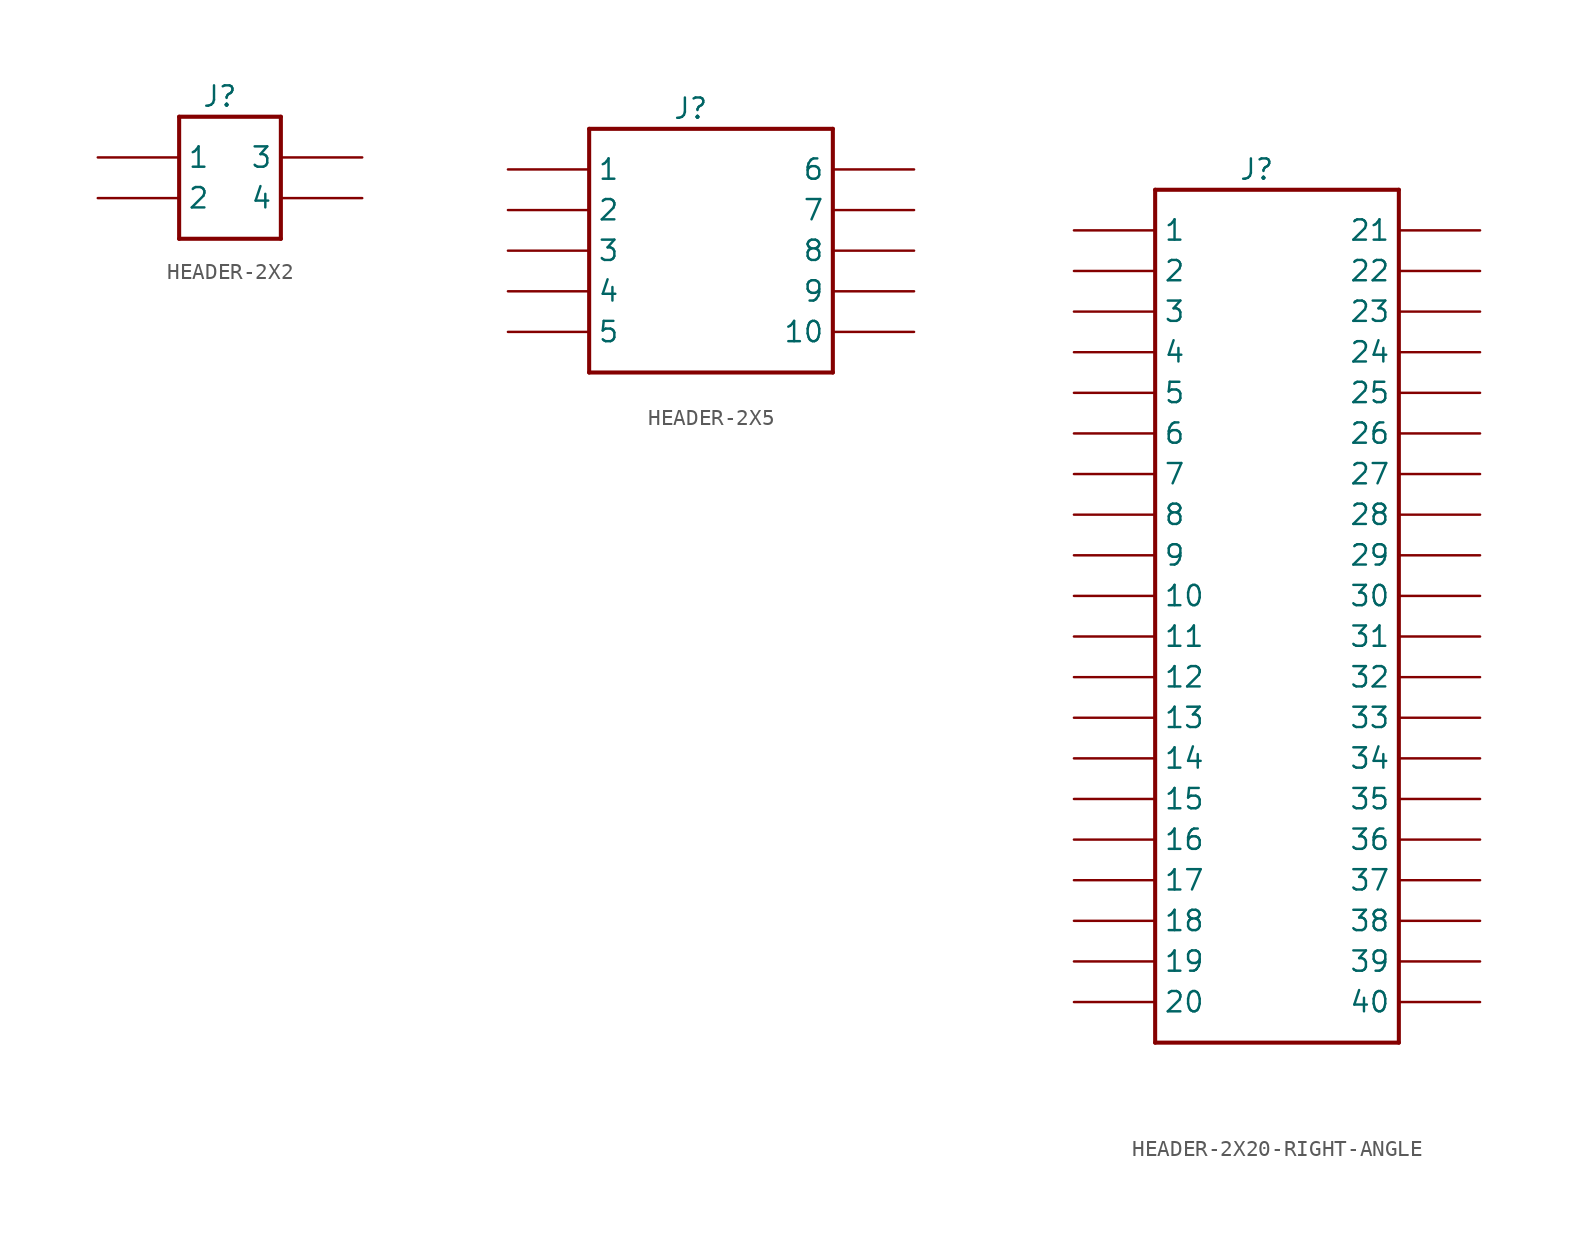
<source format=kicad_sym>
(kicad_symbol_lib
  (version 20220914)
  (generator kicad_symbol_editor)
  (symbol "HEADER-2X2"
    (pin_numbers hide)
    (property "Reference" "J"
      (at 0 5.08 0)
      (effects (font (size 1.27 1.27))))
    (symbol "HEADER-2X2_1_0"
      (polyline (pts (xy -2.54 -3.81) (xy -2.54 3.81)) (stroke (width 0.254) (type solid)) (fill (type none)))
      (polyline (pts (xy -2.54 3.81) (xy 3.81 3.81)) (stroke (width 0.254) (type solid)) (fill (type none)))
      (polyline (pts (xy 3.81 -3.81) (xy -2.54 -3.81)) (stroke (width 0.254) (type solid)) (fill (type none)))
      (polyline (pts (xy 3.81 3.81) (xy 3.81 -3.81)) (stroke (width 0.254) (type solid)) (fill (type none)))
      (pin bidirectional line (at -7.62 1.27 0) (length 5.08) (name "1" (effects (font (size 1.27 1.27)))) (number "1" (effects (font (size 1.27 1.27)))))
      (pin bidirectional line (at -7.62 -1.27 0) (length 5.08) (name "2" (effects (font (size 1.27 1.27)))) (number "2" (effects (font (size 1.27 1.27)))))
      (pin bidirectional line (at 8.89 1.27 180) (length 5.08) (name "3" (effects (font (size 1.27 1.27)))) (number "3" (effects (font (size 1.27 1.27)))))
      (pin bidirectional line (at 8.89 -1.27 180) (length 5.08) (name "4" (effects (font (size 1.27 1.27)))) (number "4" (effects (font (size 1.27 1.27)))))))
  (symbol "HEADER-2X5"
    (pin_numbers hide)
    (property "Reference" "J"
      (at -1.27 8.89 0)
      (effects (font (size 1.27 1.27))))
    (symbol "HEADER-2X5_1_0"
      (polyline (pts (xy -7.62 -7.62) (xy -7.62 7.62)) (stroke (width 0.254) (type solid)) (fill (type none)))
      (polyline (pts (xy -7.62 7.62) (xy 7.62 7.62)) (stroke (width 0.254) (type solid)) (fill (type none)))
      (polyline (pts (xy 7.62 -7.62) (xy -7.62 -7.62)) (stroke (width 0.254) (type solid)) (fill (type none)))
      (polyline (pts (xy 7.62 7.62) (xy 7.62 -7.62)) (stroke (width 0.254) (type solid)) (fill (type none)))
      (pin bidirectional line (at -12.7 5.08 0) (length 5.08) (name "1" (effects (font (size 1.27 1.27)))) (number "1" (effects (font (size 1.27 1.27)))))
      (pin bidirectional line (at 12.7 -5.08 180) (length 5.08) (name "10" (effects (font (size 1.27 1.27)))) (number "10" (effects (font (size 1.27 1.27)))))
      (pin bidirectional line (at -12.7 2.54 0) (length 5.08) (name "2" (effects (font (size 1.27 1.27)))) (number "2" (effects (font (size 1.27 1.27)))))
      (pin bidirectional line (at -12.7 0 0) (length 5.08) (name "3" (effects (font (size 1.27 1.27)))) (number "3" (effects (font (size 1.27 1.27)))))
      (pin bidirectional line (at -12.7 -2.54 0) (length 5.08) (name "4" (effects (font (size 1.27 1.27)))) (number "4" (effects (font (size 1.27 1.27)))))
      (pin bidirectional line (at -12.7 -5.08 0) (length 5.08) (name "5" (effects (font (size 1.27 1.27)))) (number "5" (effects (font (size 1.27 1.27)))))
      (pin bidirectional line (at 12.7 5.08 180) (length 5.08) (name "6" (effects (font (size 1.27 1.27)))) (number "6" (effects (font (size 1.27 1.27)))))
      (pin bidirectional line (at 12.7 2.54 180) (length 5.08) (name "7" (effects (font (size 1.27 1.27)))) (number "7" (effects (font (size 1.27 1.27)))))
      (pin bidirectional line (at 12.7 0 180) (length 5.08) (name "8" (effects (font (size 1.27 1.27)))) (number "8" (effects (font (size 1.27 1.27)))))
      (pin bidirectional line (at 12.7 -2.54 180) (length 5.08) (name "9" (effects (font (size 1.27 1.27)))) (number "9" (effects (font (size 1.27 1.27)))))))
  (symbol "HEADER-2X20-RIGHT-ANGLE"
    (pin_numbers hide)
    (property "Reference" "J"
      (at -1.27 29.21 0)
      (effects (font (size 1.27 1.27))))
    (symbol "HEADER-2X20-RIGHT-ANGLE_1_0"
      (polyline (pts (xy -7.62 -25.4) (xy -7.62 27.94)) (stroke (width 0.254) (type solid)) (fill (type none)))
      (polyline (pts (xy -7.62 27.94) (xy 7.62 27.94)) (stroke (width 0.254) (type solid)) (fill (type none)))
      (polyline (pts (xy 7.62 -25.4) (xy -7.62 -25.4)) (stroke (width 0.254) (type solid)) (fill (type none)))
      (polyline (pts (xy 7.62 27.94) (xy 7.62 -25.4)) (stroke (width 0.254) (type solid)) (fill (type none)))
      (pin bidirectional line (at -12.7 25.4 0) (length 5.08) (name "1" (effects (font (size 1.27 1.27)))) (number "1" (effects (font (size 1.27 1.27)))))
      (pin bidirectional line (at -12.7 2.54 0) (length 5.08) (name "10" (effects (font (size 1.27 1.27)))) (number "10" (effects (font (size 1.27 1.27)))))
      (pin bidirectional line (at -12.7 0 0) (length 5.08) (name "11" (effects (font (size 1.27 1.27)))) (number "11" (effects (font (size 1.27 1.27)))))
      (pin bidirectional line (at -12.7 -2.54 0) (length 5.08) (name "12" (effects (font (size 1.27 1.27)))) (number "12" (effects (font (size 1.27 1.27)))))
      (pin bidirectional line (at -12.7 -5.08 0) (length 5.08) (name "13" (effects (font (size 1.27 1.27)))) (number "13" (effects (font (size 1.27 1.27)))))
      (pin bidirectional line (at -12.7 -7.62 0) (length 5.08) (name "14" (effects (font (size 1.27 1.27)))) (number "14" (effects (font (size 1.27 1.27)))))
      (pin bidirectional line (at -12.7 -10.16 0) (length 5.08) (name "15" (effects (font (size 1.27 1.27)))) (number "15" (effects (font (size 1.27 1.27)))))
      (pin bidirectional line (at -12.7 -12.7 0) (length 5.08) (name "16" (effects (font (size 1.27 1.27)))) (number "16" (effects (font (size 1.27 1.27)))))
      (pin bidirectional line (at -12.7 -15.24 0) (length 5.08) (name "17" (effects (font (size 1.27 1.27)))) (number "17" (effects (font (size 1.27 1.27)))))
      (pin bidirectional line (at -12.7 -17.78 0) (length 5.08) (name "18" (effects (font (size 1.27 1.27)))) (number "18" (effects (font (size 1.27 1.27)))))
      (pin bidirectional line (at -12.7 -20.32 0) (length 5.08) (name "19" (effects (font (size 1.27 1.27)))) (number "19" (effects (font (size 1.27 1.27)))))
      (pin bidirectional line (at -12.7 22.86 0) (length 5.08) (name "2" (effects (font (size 1.27 1.27)))) (number "2" (effects (font (size 1.27 1.27)))))
      (pin bidirectional line (at -12.7 -22.86 0) (length 5.08) (name "20" (effects (font (size 1.27 1.27)))) (number "20" (effects (font (size 1.27 1.27)))))
      (pin bidirectional line (at 12.7 25.4 180) (length 5.08) (name "21" (effects (font (size 1.27 1.27)))) (number "21" (effects (font (size 1.27 1.27)))))
      (pin bidirectional line (at 12.7 22.86 180) (length 5.08) (name "22" (effects (font (size 1.27 1.27)))) (number "22" (effects (font (size 1.27 1.27)))))
      (pin bidirectional line (at 12.7 20.32 180) (length 5.08) (name "23" (effects (font (size 1.27 1.27)))) (number "23" (effects (font (size 1.27 1.27)))))
      (pin bidirectional line (at 12.7 17.78 180) (length 5.08) (name "24" (effects (font (size 1.27 1.27)))) (number "24" (effects (font (size 1.27 1.27)))))
      (pin bidirectional line (at 12.7 15.24 180) (length 5.08) (name "25" (effects (font (size 1.27 1.27)))) (number "25" (effects (font (size 1.27 1.27)))))
      (pin bidirectional line (at 12.7 12.7 180) (length 5.08) (name "26" (effects (font (size 1.27 1.27)))) (number "26" (effects (font (size 1.27 1.27)))))
      (pin bidirectional line (at 12.7 10.16 180) (length 5.08) (name "27" (effects (font (size 1.27 1.27)))) (number "27" (effects (font (size 1.27 1.27)))))
      (pin bidirectional line (at 12.7 7.62 180) (length 5.08) (name "28" (effects (font (size 1.27 1.27)))) (number "28" (effects (font (size 1.27 1.27)))))
      (pin bidirectional line (at 12.7 5.08 180) (length 5.08) (name "29" (effects (font (size 1.27 1.27)))) (number "29" (effects (font (size 1.27 1.27)))))
      (pin bidirectional line (at -12.7 20.32 0) (length 5.08) (name "3" (effects (font (size 1.27 1.27)))) (number "3" (effects (font (size 1.27 1.27)))))
      (pin bidirectional line (at 12.7 2.54 180) (length 5.08) (name "30" (effects (font (size 1.27 1.27)))) (number "30" (effects (font (size 1.27 1.27)))))
      (pin bidirectional line (at 12.7 0 180) (length 5.08) (name "31" (effects (font (size 1.27 1.27)))) (number "31" (effects (font (size 1.27 1.27)))))
      (pin bidirectional line (at 12.7 -2.54 180) (length 5.08) (name "32" (effects (font (size 1.27 1.27)))) (number "32" (effects (font (size 1.27 1.27)))))
      (pin bidirectional line (at 12.7 -5.08 180) (length 5.08) (name "33" (effects (font (size 1.27 1.27)))) (number "33" (effects (font (size 1.27 1.27)))))
      (pin bidirectional line (at 12.7 -7.62 180) (length 5.08) (name "34" (effects (font (size 1.27 1.27)))) (number "34" (effects (font (size 1.27 1.27)))))
      (pin bidirectional line (at 12.7 -10.16 180) (length 5.08) (name "35" (effects (font (size 1.27 1.27)))) (number "35" (effects (font (size 1.27 1.27)))))
      (pin bidirectional line (at 12.7 -12.7 180) (length 5.08) (name "36" (effects (font (size 1.27 1.27)))) (number "36" (effects (font (size 1.27 1.27)))))
      (pin bidirectional line (at 12.7 -15.24 180) (length 5.08) (name "37" (effects (font (size 1.27 1.27)))) (number "37" (effects (font (size 1.27 1.27)))))
      (pin bidirectional line (at 12.7 -17.78 180) (length 5.08) (name "38" (effects (font (size 1.27 1.27)))) (number "38" (effects (font (size 1.27 1.27)))))
      (pin bidirectional line (at 12.7 -20.32 180) (length 5.08) (name "39" (effects (font (size 1.27 1.27)))) (number "39" (effects (font (size 1.27 1.27)))))
      (pin bidirectional line (at -12.7 17.78 0) (length 5.08) (name "4" (effects (font (size 1.27 1.27)))) (number "4" (effects (font (size 1.27 1.27)))))
      (pin bidirectional line (at 12.7 -22.86 180) (length 5.08) (name "40" (effects (font (size 1.27 1.27)))) (number "40" (effects (font (size 1.27 1.27)))))
      (pin bidirectional line (at -12.7 15.24 0) (length 5.08) (name "5" (effects (font (size 1.27 1.27)))) (number "5" (effects (font (size 1.27 1.27)))))
      (pin bidirectional line (at -12.7 12.7 0) (length 5.08) (name "6" (effects (font (size 1.27 1.27)))) (number "6" (effects (font (size 1.27 1.27)))))
      (pin bidirectional line (at -12.7 10.16 0) (length 5.08) (name "7" (effects (font (size 1.27 1.27)))) (number "7" (effects (font (size 1.27 1.27)))))
      (pin bidirectional line (at -12.7 7.62 0) (length 5.08) (name "8" (effects (font (size 1.27 1.27)))) (number "8" (effects (font (size 1.27 1.27)))))
      (pin bidirectional line (at -12.7 5.08 0) (length 5.08) (name "9" (effects (font (size 1.27 1.27)))) (number "9" (effects (font (size 1.27 1.27))))))))
</source>
